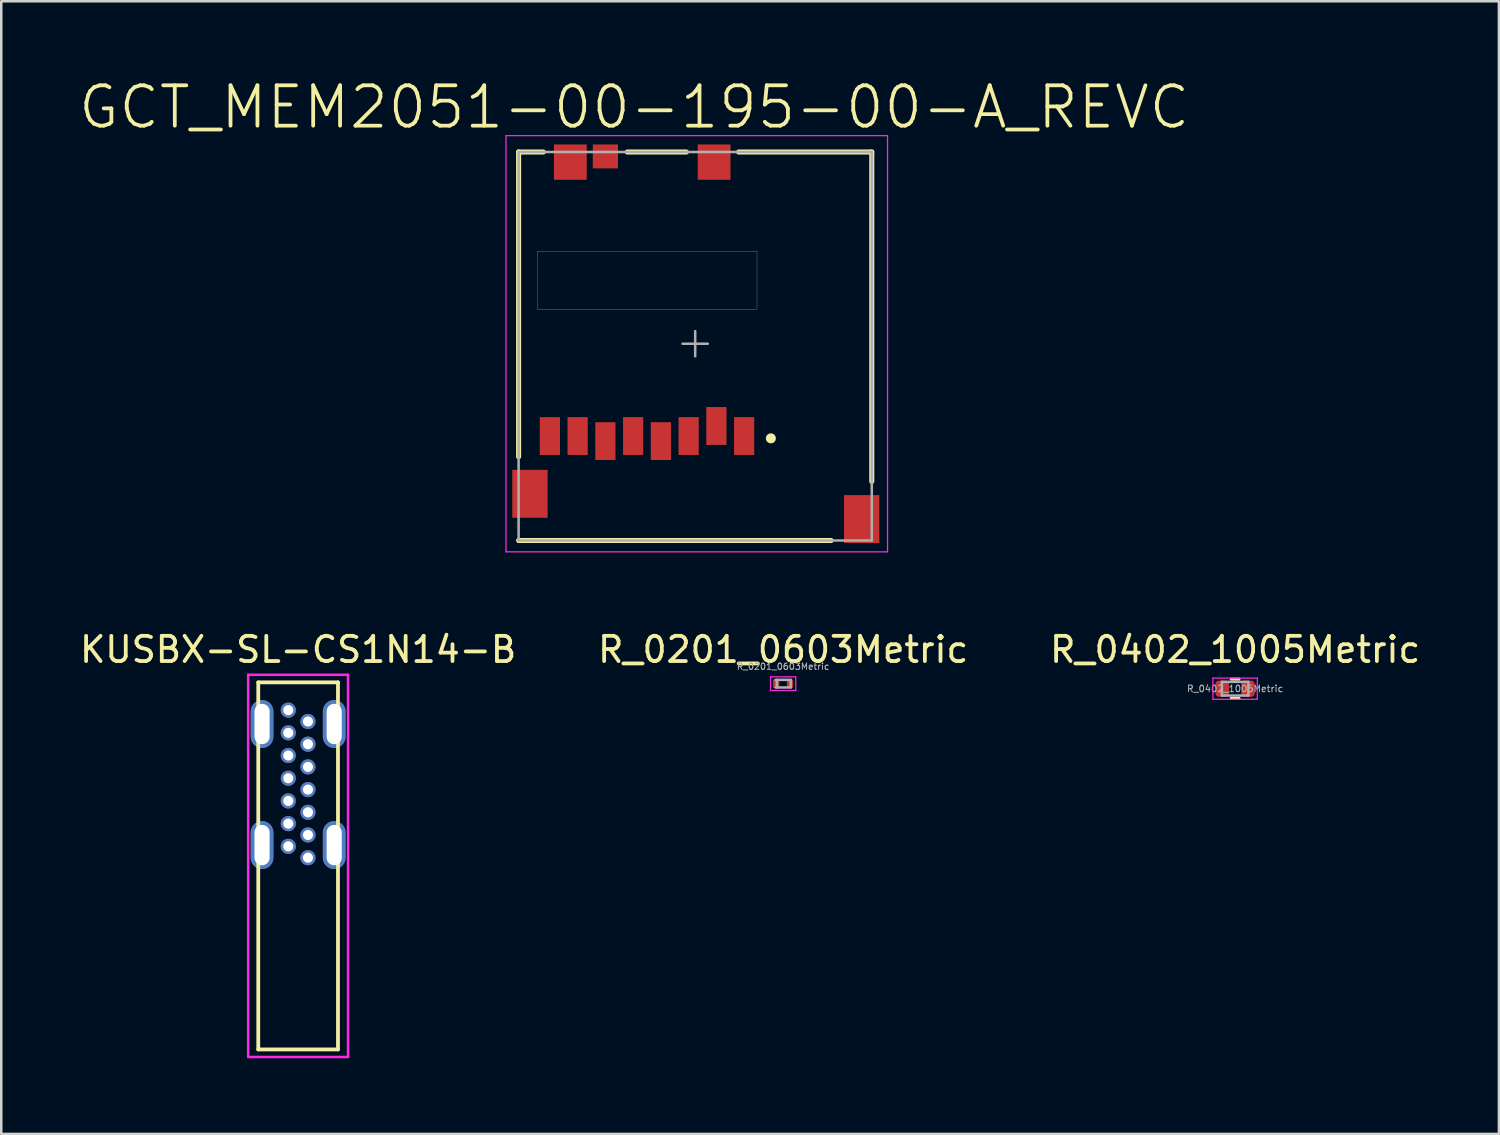
<source format=kicad_pcb>
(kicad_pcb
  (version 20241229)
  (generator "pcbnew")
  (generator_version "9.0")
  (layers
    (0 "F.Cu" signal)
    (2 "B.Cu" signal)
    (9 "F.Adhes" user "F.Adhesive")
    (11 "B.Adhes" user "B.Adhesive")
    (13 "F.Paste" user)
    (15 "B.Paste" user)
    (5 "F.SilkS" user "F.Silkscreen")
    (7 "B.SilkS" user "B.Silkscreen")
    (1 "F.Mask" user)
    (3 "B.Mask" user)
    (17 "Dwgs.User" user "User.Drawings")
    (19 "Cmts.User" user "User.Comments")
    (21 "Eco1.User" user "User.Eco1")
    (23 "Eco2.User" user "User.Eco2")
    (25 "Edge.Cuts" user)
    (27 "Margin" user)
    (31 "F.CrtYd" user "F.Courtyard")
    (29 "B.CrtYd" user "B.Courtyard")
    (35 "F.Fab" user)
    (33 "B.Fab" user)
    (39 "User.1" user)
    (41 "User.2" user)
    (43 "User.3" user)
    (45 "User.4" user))
  (footprint "R_0402_1005Metric"
    (layer "F.Cu")
    (at 45.911 24.251)
    (property "Reference" "R_0402_1005Metric" (at 0 -1.551 0) (layer "F.SilkS") (effects (font (size 1 1) (thickness 0.15))))
    (attr smd)
    (fp_line (start -0.154 -0.38) (end 0.154 -0.38) (stroke (width 0.12) (type solid)) (layer "F.SilkS"))
    (fp_line (start -0.154 0.38) (end 0.154 0.38) (stroke (width 0.12) (type solid)) (layer "F.SilkS"))
    (fp_line (start -0.88 -0.42) (end 0.88 -0.42) (stroke (width 0.05) (type solid)) (layer "F.CrtYd"))
    (fp_line (start -0.88 0.42) (end -0.88 -0.42) (stroke (width 0.05) (type solid)) (layer "F.CrtYd"))
    (fp_line (start 0.88 -0.42) (end 0.88 0.42) (stroke (width 0.05) (type solid)) (layer "F.CrtYd"))
    (fp_line (start 0.88 0.42) (end -0.88 0.42) (stroke (width 0.05) (type solid)) (layer "F.CrtYd"))
    (fp_line (start -0.525 -0.27) (end 0.525 -0.27) (stroke (width 0.1) (type solid)) (layer "F.Fab"))
    (fp_line (start -0.525 0.27) (end -0.525 -0.27) (stroke (width 0.1) (type solid)) (layer "F.Fab"))
    (fp_line (start 0.525 -0.27) (end 0.525 0.27) (stroke (width 0.1) (type solid)) (layer "F.Fab"))
    (fp_line (start 0.525 0.27) (end -0.525 0.27) (stroke (width 0.1) (type solid)) (layer "F.Fab"))
    (fp_text user "${REFERENCE}" (at 0 0 0) (layer "F.Fab") (effects (font (size 0.26 0.26) (thickness 0.04))))
    (pad "1" smd roundrect (at -0.51 0) (size 0.54 0.64) (layers "F.Cu" "F.Mask" "F.Paste") (roundrect_rratio 0.25))
    (pad "2" smd roundrect (at 0.51 0) (size 0.54 0.64) (layers "F.Cu" "F.Mask" "F.Paste") (roundrect_rratio 0.25)))
  (footprint "KUSBX-SL-CS1N14-B"
    (layer "F.Cu")
    (at 8.768 30.95)
    (property "Reference" "KUSBX-SL-CS1N14-B" (at 0 -8.25 0) (layer "F.SilkS") (effects (font (size 1 1) (thickness 0.15))))
    (attr through_hole)
    (fp_line (start -1.58 -6.95) (end -1.58 7.6) (stroke (width 0.15) (type solid)) (layer "F.SilkS"))
    (fp_line (start -1.58 -6.95) (end 1.58 -6.95) (stroke (width 0.15) (type solid)) (layer "F.SilkS"))
    (fp_line (start -1.58 7.6) (end 1.58 7.6) (stroke (width 0.15) (type solid)) (layer "F.SilkS"))
    (fp_line (start 1.58 7.6) (end 1.58 -6.95) (stroke (width 0.15) (type solid)) (layer "F.SilkS"))
    (fp_line (start -1.98 -7.25) (end -1.98 7.9) (stroke (width 0.1) (type solid)) (layer "F.CrtYd"))
    (fp_line (start -1.98 -7.25) (end 1.979 -7.25) (stroke (width 0.1) (type solid)) (layer "F.CrtYd"))
    (fp_line (start -1.98 7.9) (end 1.979 7.9) (stroke (width 0.1) (type solid)) (layer "F.CrtYd"))
    (fp_line (start 1.979 7.9) (end 1.979 -7.25) (stroke (width 0.1) (type solid)) (layer "F.CrtYd"))
    (pad "A1" thru_hole circle (at -0.39 -0.45) (size 0.6 0.6) (drill 0.4) (layers "*.Cu" "*.Mask"))
    (pad "A4" thru_hole circle (at -0.39 -1.35) (size 0.6 0.6) (drill 0.4) (layers "*.Cu" "*.Mask"))
    (pad "A5" thru_hole circle (at -0.39 -2.25) (size 0.6 0.6) (drill 0.4) (layers "*.Cu" "*.Mask"))
    (pad "A6" thru_hole circle (at -0.39 -3.15) (size 0.6 0.6) (drill 0.4) (layers "*.Cu" "*.Mask"))
    (pad "A7" thru_hole circle (at -0.39 -4.05) (size 0.6 0.6) (drill 0.4) (layers "*.Cu" "*.Mask"))
    (pad "A9" thru_hole circle (at -0.39 -4.95) (size 0.6 0.6) (drill 0.4) (layers "*.Cu" "*.Mask"))
    (pad "A12" thru_hole circle (at -0.39 -5.85) (size 0.6 0.6) (drill 0.4) (layers "*.Cu" "*.Mask"))
    (pad "B1" thru_hole circle (at 0.39 -5.4) (size 0.6 0.6) (drill 0.4) (layers "*.Cu" "*.Mask"))
    (pad "B4" thru_hole circle (at 0.39 -4.5) (size 0.6 0.6) (drill 0.4) (layers "*.Cu" "*.Mask"))
    (pad "B5" thru_hole circle (at 0.39 -3.6) (size 0.6 0.6) (drill 0.4) (layers "*.Cu" "*.Mask"))
    (pad "B6" thru_hole circle (at 0.39 -2.7) (size 0.6 0.6) (drill 0.4) (layers "*.Cu" "*.Mask"))
    (pad "B7" thru_hole circle (at 0.39 -1.8) (size 0.6 0.6) (drill 0.4) (layers "*.Cu" "*.Mask"))
    (pad "B9" thru_hole circle (at 0.39 -0.9) (size 0.6 0.6) (drill 0.4) (layers "*.Cu" "*.Mask"))
    (pad "B12" thru_hole circle (at 0.39 0) (size 0.6 0.6) (drill 0.4) (layers "*.Cu" "*.Mask"))
    (pad "S1" thru_hole oval (at -1.43 -5.3) (size 0.9 1.9) (drill oval 0.6 1.6) (layers "*.Cu" "*.Mask"))
    (pad "S1" thru_hole oval (at -1.43 -0.5) (size 0.9 1.9) (drill oval 0.6 1.6) (layers "*.Cu" "*.Mask"))
    (pad "S1" thru_hole oval (at 1.43 -5.3) (size 0.9 1.9) (drill oval 0.6 1.6) (layers "*.Cu" "*.Mask"))
    (pad "S1" thru_hole oval (at 1.43 -0.5) (size 0.9 1.9) (drill oval 0.6 1.6) (layers "*.Cu" "*.Mask")))
  (footprint "GCT_MEM2051-00-195-00-A_REVC"
    (layer "F.Cu")
    (at 24.508 10.576)
    (property "Reference" "GCT_MEM2051-00-195-00-A_REVC" (at -2.42 -9.377 0) (layer "F.SilkS") (effects (font (size 1.6 1.6) (thickness 0.15))))
    (attr smd)
    (fp_line (start -7 -7.6) (end -6.02 -7.6) (stroke (width 0.2) (type solid)) (layer "F.SilkS"))
    (fp_line (start -7 4.48) (end -7 -7.6) (stroke (width 0.2) (type solid)) (layer "F.SilkS"))
    (fp_line (start -7 7.8) (end 5.39 7.8) (stroke (width 0.2) (type solid)) (layer "F.SilkS"))
    (fp_line (start -2.69 -7.6) (end -0.35 -7.6) (stroke (width 0.2) (type solid)) (layer "F.SilkS"))
    (fp_line (start 1.72 -7.6) (end 7 -7.6) (stroke (width 0.2) (type solid)) (layer "F.SilkS"))
    (fp_line (start 7 5.46) (end 7 -7.6) (stroke (width 0.2) (type solid)) (layer "F.SilkS"))
    (fp_circle (center 3 3.75) (end 3.1 3.75) (stroke (width 0.2) (type solid)) (fill no) (layer "F.SilkS"))
    (fp_poly (pts (xy -6.258 -3.67) (xy 2.45 -3.67) (xy 2.45 -1.372) (xy -6.258 -1.372)) (stroke (width 0.01) (type solid)) (fill no) (layer "Dwgs.User"))
    (fp_line (start -7.5 -8.25) (end 7.625 -8.25) (stroke (width 0.05) (type solid)) (layer "F.CrtYd"))
    (fp_line (start -7.5 8.25) (end -7.5 -8.25) (stroke (width 0.05) (type solid)) (layer "F.CrtYd"))
    (fp_line (start 7.625 -8.25) (end 7.625 8.25) (stroke (width 0.05) (type solid)) (layer "F.CrtYd"))
    (fp_line (start 7.625 8.25) (end -7.5 8.25) (stroke (width 0.05) (type solid)) (layer "F.CrtYd"))
    (fp_line (start -7 -7.6) (end 7 -7.6) (stroke (width 0.1) (type solid)) (layer "F.Fab"))
    (fp_line (start -7 7.8) (end -7 -7.6) (stroke (width 0.1) (type solid)) (layer "F.Fab"))
    (fp_line (start -7 7.8) (end 7 7.8) (stroke (width 0.1) (type solid)) (layer "F.Fab"))
    (fp_line (start -0.5 0) (end 0.5 0) (stroke (width 0.1) (type solid)) (layer "F.Fab"))
    (fp_line (start 0 0.5) (end 0 -0.5) (stroke (width 0.1) (type solid)) (layer "F.Fab"))
    (fp_line (start 7 7.8) (end 7 -7.6) (stroke (width 0.1) (type solid)) (layer "F.Fab"))
    (pad "1" smd rect (at 1.94 3.66) (size 0.8 1.5) (layers "F.Cu" "F.Mask" "F.Paste"))
    (pad "2" smd rect (at 0.84 3.26) (size 0.8 1.5) (layers "F.Cu" "F.Mask" "F.Paste"))
    (pad "3" smd rect (at -0.26 3.66) (size 0.8 1.5) (layers "F.Cu" "F.Mask" "F.Paste"))
    (pad "4" smd rect (at -1.36 3.86) (size 0.8 1.5) (layers "F.Cu" "F.Mask" "F.Paste"))
    (pad "5" smd rect (at -2.46 3.66) (size 0.8 1.5) (layers "F.Cu" "F.Mask" "F.Paste"))
    (pad "6" smd rect (at -3.56 3.86) (size 0.8 1.5) (layers "F.Cu" "F.Mask" "F.Paste"))
    (pad "7" smd rect (at -4.66 3.66) (size 0.8 1.5) (layers "F.Cu" "F.Mask" "F.Paste"))
    (pad "8" smd rect (at -5.76 3.66) (size 0.8 1.5) (layers "F.Cu" "F.Mask" "F.Paste"))
    (pad "9" smd rect (at -6.55 5.95) (size 1.4 1.9) (layers "F.Cu" "F.Mask" "F.Paste"))
    (pad "9" smd rect (at -4.95 -7.2) (size 1.3 1.4) (layers "F.Cu" "F.Mask" "F.Paste"))
    (pad "9" smd rect (at 0.75 -7.2) (size 1.3 1.4) (layers "F.Cu" "F.Mask" "F.Paste"))
    (pad "9" smd rect (at 6.6 6.95) (size 1.4 1.9) (layers "F.Cu" "F.Mask" "F.Paste"))
    (pad "10" smd rect (at -3.56 -7.425) (size 1 0.95) (layers "F.Cu" "F.Mask" "F.Paste")))
  (footprint "R_0201_0603Metric"
    (layer "F.Cu")
    (at 27.994 24.051)
    (property "Reference" "R_0201_0603Metric" (at 0 -1.351 0) (layer "F.SilkS") (effects (font (size 1 1) (thickness 0.15))))
    (attr smd)
    (fp_line (start -0.5 -0.27) (end 0.5 -0.27) (stroke (width 0.05) (type solid)) (layer "F.CrtYd"))
    (fp_line (start -0.5 0.27) (end -0.5 -0.27) (stroke (width 0.05) (type solid)) (layer "F.CrtYd"))
    (fp_line (start 0.5 -0.27) (end 0.5 0.27) (stroke (width 0.05) (type solid)) (layer "F.CrtYd"))
    (fp_line (start 0.5 0.27) (end -0.5 0.27) (stroke (width 0.05) (type solid)) (layer "F.CrtYd"))
    (fp_line (start -0.3 -0.15) (end 0.3 -0.15) (stroke (width 0.1) (type solid)) (layer "F.Fab"))
    (fp_line (start -0.25 0.15) (end -0.25 -0.15) (stroke (width 0.1) (type solid)) (layer "F.Fab"))
    (fp_line (start 0.3 -0.15) (end 0.3 0.15) (stroke (width 0.1) (type solid)) (layer "F.Fab"))
    (fp_line (start 0.3 0.15) (end -0.3 0.15) (stroke (width 0.1) (type solid)) (layer "F.Fab"))
    (fp_text user "${REFERENCE}" (at 0 -0.68 0) (layer "F.Fab") (effects (font (size 0.25 0.25) (thickness 0.04))))
    (pad "" smd roundrect (at -0.275 0) (size 0.25 0.35) (layers "F.Paste") (roundrect_rratio 0.25))
    (pad "" smd roundrect (at 0.275 0) (size 0.25 0.35) (layers "F.Paste") (roundrect_rratio 0.25))
    (pad "1" smd roundrect (at -0.275 0) (size 0.25 0.35) (layers "F.Cu" "F.Mask") (roundrect_rratio 0.25))
    (pad "2" smd roundrect (at 0.275 0) (size 0.25 0.35) (layers "F.Cu" "F.Mask") (roundrect_rratio 0.25)))
  (gr_rect
    (start -3 -3)
    (end 56.369 41.9)
    (stroke (width 0.1) (type default))
    (fill no)
    (layer "Edge.Cuts")))
</source>
